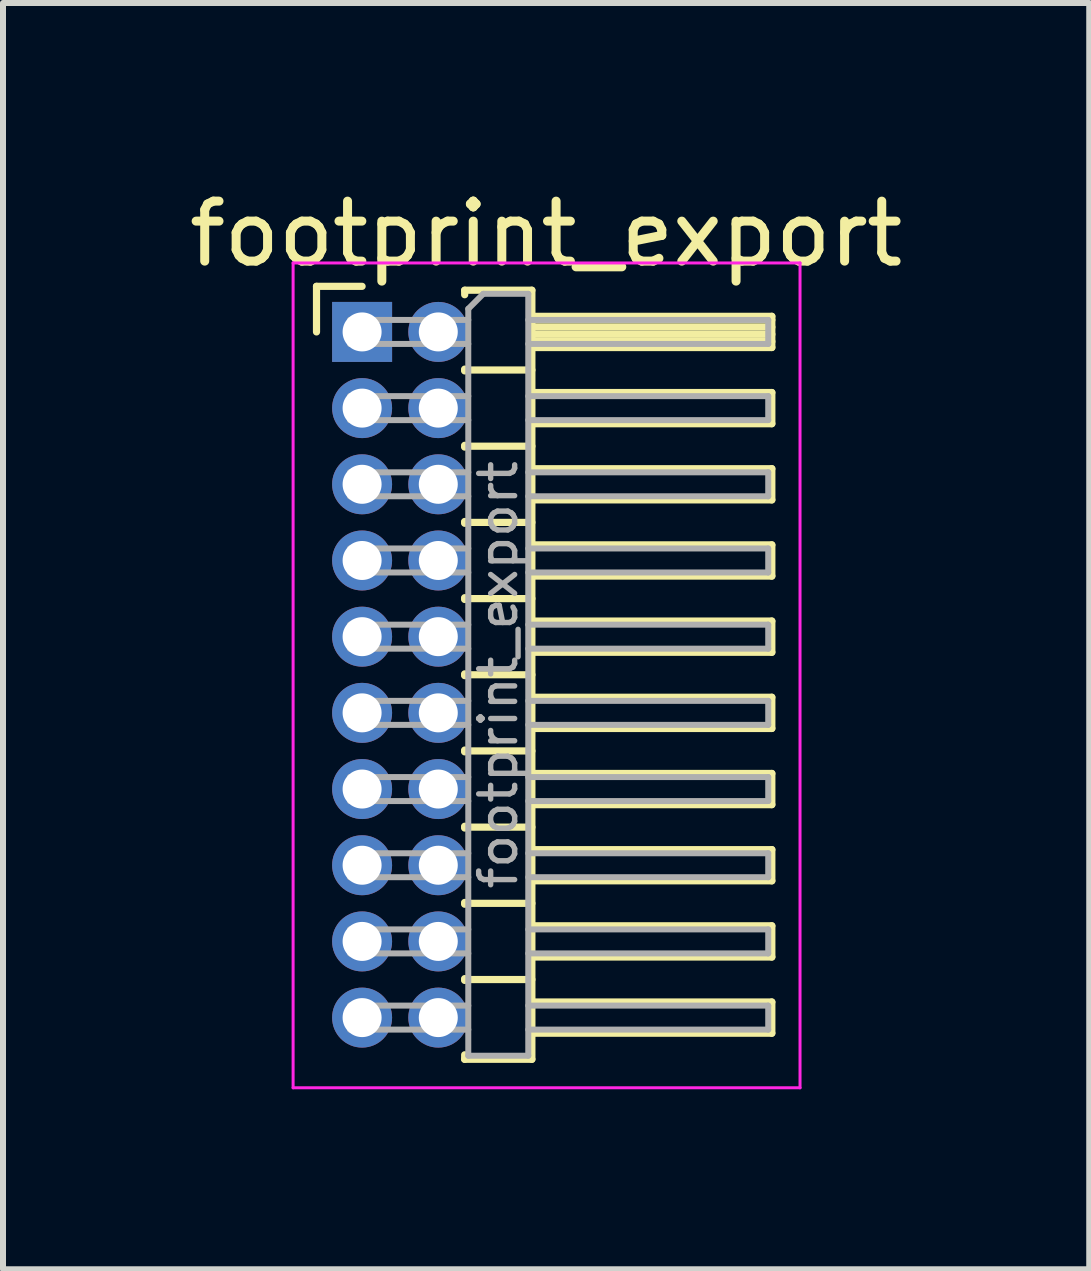
<source format=kicad_pcb>
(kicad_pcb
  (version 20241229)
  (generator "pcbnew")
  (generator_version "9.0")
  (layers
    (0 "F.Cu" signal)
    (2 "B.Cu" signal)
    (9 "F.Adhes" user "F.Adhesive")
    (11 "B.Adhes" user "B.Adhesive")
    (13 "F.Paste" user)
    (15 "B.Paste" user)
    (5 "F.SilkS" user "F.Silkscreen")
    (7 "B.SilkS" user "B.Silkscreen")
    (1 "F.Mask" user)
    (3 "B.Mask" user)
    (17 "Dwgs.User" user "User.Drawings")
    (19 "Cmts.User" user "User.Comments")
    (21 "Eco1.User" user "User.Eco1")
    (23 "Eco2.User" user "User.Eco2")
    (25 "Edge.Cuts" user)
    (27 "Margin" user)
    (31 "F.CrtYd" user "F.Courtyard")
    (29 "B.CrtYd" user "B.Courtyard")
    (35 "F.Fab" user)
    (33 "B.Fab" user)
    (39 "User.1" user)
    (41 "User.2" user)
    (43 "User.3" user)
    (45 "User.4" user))
  (footprint "footprint_export"
    (layer "F.Cu")
    (at 2.986 2.483)
    (property "Reference" "footprint_export" (at 3.067 -1.635 0) (layer "F.SilkS") (effects (font (size 1 1) (thickness 0.15))))
    (attr through_hole)
    (fp_line (start -0.76 -0.76) (end 0 -0.76) (stroke (width 0.12) (type solid)) (layer "F.SilkS"))
    (fp_line (start -0.76 0) (end -0.76 -0.76) (stroke (width 0.12) (type solid)) (layer "F.SilkS"))
    (fp_line (start 1.71 -0.695) (end 2.83 -0.695) (stroke (width 0.12) (type solid)) (layer "F.SilkS"))
    (fp_line (start 1.71 -0.62) (end 1.71 -0.695) (stroke (width 0.12) (type solid)) (layer "F.SilkS"))
    (fp_line (start 1.71 0.62) (end 1.71 0.65) (stroke (width 0.12) (type solid)) (layer "F.SilkS"))
    (fp_line (start 1.71 0.635) (end 2.83 0.635) (stroke (width 0.12) (type solid)) (layer "F.SilkS"))
    (fp_line (start 1.71 1.89) (end 1.71 1.92) (stroke (width 0.12) (type solid)) (layer "F.SilkS"))
    (fp_line (start 1.71 1.905) (end 2.83 1.905) (stroke (width 0.12) (type solid)) (layer "F.SilkS"))
    (fp_line (start 1.71 3.16) (end 1.71 3.19) (stroke (width 0.12) (type solid)) (layer "F.SilkS"))
    (fp_line (start 1.71 3.175) (end 2.83 3.175) (stroke (width 0.12) (type solid)) (layer "F.SilkS"))
    (fp_line (start 1.71 4.43) (end 1.71 4.46) (stroke (width 0.12) (type solid)) (layer "F.SilkS"))
    (fp_line (start 1.71 4.445) (end 2.83 4.445) (stroke (width 0.12) (type solid)) (layer "F.SilkS"))
    (fp_line (start 1.71 5.7) (end 1.71 5.73) (stroke (width 0.12) (type solid)) (layer "F.SilkS"))
    (fp_line (start 1.71 5.715) (end 2.83 5.715) (stroke (width 0.12) (type solid)) (layer "F.SilkS"))
    (fp_line (start 1.71 6.97) (end 1.71 7) (stroke (width 0.12) (type solid)) (layer "F.SilkS"))
    (fp_line (start 1.71 6.985) (end 2.83 6.985) (stroke (width 0.12) (type solid)) (layer "F.SilkS"))
    (fp_line (start 1.71 8.24) (end 1.71 8.27) (stroke (width 0.12) (type solid)) (layer "F.SilkS"))
    (fp_line (start 1.71 8.255) (end 2.83 8.255) (stroke (width 0.12) (type solid)) (layer "F.SilkS"))
    (fp_line (start 1.71 9.51) (end 1.71 9.54) (stroke (width 0.12) (type solid)) (layer "F.SilkS"))
    (fp_line (start 1.71 9.525) (end 2.83 9.525) (stroke (width 0.12) (type solid)) (layer "F.SilkS"))
    (fp_line (start 1.71 10.78) (end 1.71 10.81) (stroke (width 0.12) (type solid)) (layer "F.SilkS"))
    (fp_line (start 1.71 10.795) (end 2.83 10.795) (stroke (width 0.12) (type solid)) (layer "F.SilkS"))
    (fp_line (start 1.71 12.125) (end 1.71 12.05) (stroke (width 0.12) (type solid)) (layer "F.SilkS"))
    (fp_line (start 2.83 -0.695) (end 2.83 12.125) (stroke (width 0.12) (type solid)) (layer "F.SilkS"))
    (fp_line (start 2.83 -0.26) (end 6.83 -0.26) (stroke (width 0.12) (type solid)) (layer "F.SilkS"))
    (fp_line (start 2.83 -0.2) (end 6.83 -0.2) (stroke (width 0.12) (type solid)) (layer "F.SilkS"))
    (fp_line (start 2.83 -0.08) (end 6.83 -0.08) (stroke (width 0.12) (type solid)) (layer "F.SilkS"))
    (fp_line (start 2.83 0.04) (end 6.83 0.04) (stroke (width 0.12) (type solid)) (layer "F.SilkS"))
    (fp_line (start 2.83 0.16) (end 6.83 0.16) (stroke (width 0.12) (type solid)) (layer "F.SilkS"))
    (fp_line (start 2.83 1.01) (end 6.83 1.01) (stroke (width 0.12) (type solid)) (layer "F.SilkS"))
    (fp_line (start 2.83 2.28) (end 6.83 2.28) (stroke (width 0.12) (type solid)) (layer "F.SilkS"))
    (fp_line (start 2.83 3.55) (end 6.83 3.55) (stroke (width 0.12) (type solid)) (layer "F.SilkS"))
    (fp_line (start 2.83 4.82) (end 6.83 4.82) (stroke (width 0.12) (type solid)) (layer "F.SilkS"))
    (fp_line (start 2.83 6.09) (end 6.83 6.09) (stroke (width 0.12) (type solid)) (layer "F.SilkS"))
    (fp_line (start 2.83 7.36) (end 6.83 7.36) (stroke (width 0.12) (type solid)) (layer "F.SilkS"))
    (fp_line (start 2.83 8.63) (end 6.83 8.63) (stroke (width 0.12) (type solid)) (layer "F.SilkS"))
    (fp_line (start 2.83 9.9) (end 6.83 9.9) (stroke (width 0.12) (type solid)) (layer "F.SilkS"))
    (fp_line (start 2.83 11.17) (end 6.83 11.17) (stroke (width 0.12) (type solid)) (layer "F.SilkS"))
    (fp_line (start 2.83 12.125) (end 1.71 12.125) (stroke (width 0.12) (type solid)) (layer "F.SilkS"))
    (fp_line (start 6.83 -0.26) (end 6.83 0.26) (stroke (width 0.12) (type solid)) (layer "F.SilkS"))
    (fp_line (start 6.83 0.26) (end 2.83 0.26) (stroke (width 0.12) (type solid)) (layer "F.SilkS"))
    (fp_line (start 6.83 1.01) (end 6.83 1.53) (stroke (width 0.12) (type solid)) (layer "F.SilkS"))
    (fp_line (start 6.83 1.53) (end 2.83 1.53) (stroke (width 0.12) (type solid)) (layer "F.SilkS"))
    (fp_line (start 6.83 2.28) (end 6.83 2.8) (stroke (width 0.12) (type solid)) (layer "F.SilkS"))
    (fp_line (start 6.83 2.8) (end 2.83 2.8) (stroke (width 0.12) (type solid)) (layer "F.SilkS"))
    (fp_line (start 6.83 3.55) (end 6.83 4.07) (stroke (width 0.12) (type solid)) (layer "F.SilkS"))
    (fp_line (start 6.83 4.07) (end 2.83 4.07) (stroke (width 0.12) (type solid)) (layer "F.SilkS"))
    (fp_line (start 6.83 4.82) (end 6.83 5.34) (stroke (width 0.12) (type solid)) (layer "F.SilkS"))
    (fp_line (start 6.83 5.34) (end 2.83 5.34) (stroke (width 0.12) (type solid)) (layer "F.SilkS"))
    (fp_line (start 6.83 6.09) (end 6.83 6.61) (stroke (width 0.12) (type solid)) (layer "F.SilkS"))
    (fp_line (start 6.83 6.61) (end 2.83 6.61) (stroke (width 0.12) (type solid)) (layer "F.SilkS"))
    (fp_line (start 6.83 7.36) (end 6.83 7.88) (stroke (width 0.12) (type solid)) (layer "F.SilkS"))
    (fp_line (start 6.83 7.88) (end 2.83 7.88) (stroke (width 0.12) (type solid)) (layer "F.SilkS"))
    (fp_line (start 6.83 8.63) (end 6.83 9.15) (stroke (width 0.12) (type solid)) (layer "F.SilkS"))
    (fp_line (start 6.83 9.15) (end 2.83 9.15) (stroke (width 0.12) (type solid)) (layer "F.SilkS"))
    (fp_line (start 6.83 9.9) (end 6.83 10.42) (stroke (width 0.12) (type solid)) (layer "F.SilkS"))
    (fp_line (start 6.83 10.42) (end 2.83 10.42) (stroke (width 0.12) (type solid)) (layer "F.SilkS"))
    (fp_line (start 6.83 11.17) (end 6.83 11.69) (stroke (width 0.12) (type solid)) (layer "F.SilkS"))
    (fp_line (start 6.83 11.69) (end 2.83 11.69) (stroke (width 0.12) (type solid)) (layer "F.SilkS"))
    (fp_line (start -1.15 -1.15) (end -1.15 12.6) (stroke (width 0.05) (type solid)) (layer "F.CrtYd"))
    (fp_line (start -1.15 12.6) (end 7.3 12.6) (stroke (width 0.05) (type solid)) (layer "F.CrtYd"))
    (fp_line (start 7.3 -1.15) (end -1.15 -1.15) (stroke (width 0.05) (type solid)) (layer "F.CrtYd"))
    (fp_line (start 7.3 12.6) (end 7.3 -1.15) (stroke (width 0.05) (type solid)) (layer "F.CrtYd"))
    (fp_line (start -0.2 -0.2) (end -0.2 0.2) (stroke (width 0.1) (type solid)) (layer "F.Fab"))
    (fp_line (start -0.2 -0.2) (end 1.77 -0.2) (stroke (width 0.1) (type solid)) (layer "F.Fab"))
    (fp_line (start -0.2 0.2) (end 1.77 0.2) (stroke (width 0.1) (type solid)) (layer "F.Fab"))
    (fp_line (start -0.2 1.07) (end -0.2 1.47) (stroke (width 0.1) (type solid)) (layer "F.Fab"))
    (fp_line (start -0.2 1.07) (end 1.77 1.07) (stroke (width 0.1) (type solid)) (layer "F.Fab"))
    (fp_line (start -0.2 1.47) (end 1.77 1.47) (stroke (width 0.1) (type solid)) (layer "F.Fab"))
    (fp_line (start -0.2 2.34) (end -0.2 2.74) (stroke (width 0.1) (type solid)) (layer "F.Fab"))
    (fp_line (start -0.2 2.34) (end 1.77 2.34) (stroke (width 0.1) (type solid)) (layer "F.Fab"))
    (fp_line (start -0.2 2.74) (end 1.77 2.74) (stroke (width 0.1) (type solid)) (layer "F.Fab"))
    (fp_line (start -0.2 3.61) (end -0.2 4.01) (stroke (width 0.1) (type solid)) (layer "F.Fab"))
    (fp_line (start -0.2 3.61) (end 1.77 3.61) (stroke (width 0.1) (type solid)) (layer "F.Fab"))
    (fp_line (start -0.2 4.01) (end 1.77 4.01) (stroke (width 0.1) (type solid)) (layer "F.Fab"))
    (fp_line (start -0.2 4.88) (end -0.2 5.28) (stroke (width 0.1) (type solid)) (layer "F.Fab"))
    (fp_line (start -0.2 4.88) (end 1.77 4.88) (stroke (width 0.1) (type solid)) (layer "F.Fab"))
    (fp_line (start -0.2 5.28) (end 1.77 5.28) (stroke (width 0.1) (type solid)) (layer "F.Fab"))
    (fp_line (start -0.2 6.15) (end -0.2 6.55) (stroke (width 0.1) (type solid)) (layer "F.Fab"))
    (fp_line (start -0.2 6.15) (end 1.77 6.15) (stroke (width 0.1) (type solid)) (layer "F.Fab"))
    (fp_line (start -0.2 6.55) (end 1.77 6.55) (stroke (width 0.1) (type solid)) (layer "F.Fab"))
    (fp_line (start -0.2 7.42) (end -0.2 7.82) (stroke (width 0.1) (type solid)) (layer "F.Fab"))
    (fp_line (start -0.2 7.42) (end 1.77 7.42) (stroke (width 0.1) (type solid)) (layer "F.Fab"))
    (fp_line (start -0.2 7.82) (end 1.77 7.82) (stroke (width 0.1) (type solid)) (layer "F.Fab"))
    (fp_line (start -0.2 8.69) (end -0.2 9.09) (stroke (width 0.1) (type solid)) (layer "F.Fab"))
    (fp_line (start -0.2 8.69) (end 1.77 8.69) (stroke (width 0.1) (type solid)) (layer "F.Fab"))
    (fp_line (start -0.2 9.09) (end 1.77 9.09) (stroke (width 0.1) (type solid)) (layer "F.Fab"))
    (fp_line (start -0.2 9.96) (end -0.2 10.36) (stroke (width 0.1) (type solid)) (layer "F.Fab"))
    (fp_line (start -0.2 9.96) (end 1.77 9.96) (stroke (width 0.1) (type solid)) (layer "F.Fab"))
    (fp_line (start -0.2 10.36) (end 1.77 10.36) (stroke (width 0.1) (type solid)) (layer "F.Fab"))
    (fp_line (start -0.2 11.23) (end -0.2 11.63) (stroke (width 0.1) (type solid)) (layer "F.Fab"))
    (fp_line (start -0.2 11.23) (end 1.77 11.23) (stroke (width 0.1) (type solid)) (layer "F.Fab"))
    (fp_line (start -0.2 11.63) (end 1.77 11.63) (stroke (width 0.1) (type solid)) (layer "F.Fab"))
    (fp_line (start 1.77 -0.385) (end 2.02 -0.635) (stroke (width 0.1) (type solid)) (layer "F.Fab"))
    (fp_line (start 1.77 12.065) (end 1.77 -0.385) (stroke (width 0.1) (type solid)) (layer "F.Fab"))
    (fp_line (start 2.02 -0.635) (end 2.77 -0.635) (stroke (width 0.1) (type solid)) (layer "F.Fab"))
    (fp_line (start 2.77 -0.635) (end 2.77 12.065) (stroke (width 0.1) (type solid)) (layer "F.Fab"))
    (fp_line (start 2.77 -0.2) (end 6.77 -0.2) (stroke (width 0.1) (type solid)) (layer "F.Fab"))
    (fp_line (start 2.77 0.2) (end 6.77 0.2) (stroke (width 0.1) (type solid)) (layer "F.Fab"))
    (fp_line (start 2.77 1.07) (end 6.77 1.07) (stroke (width 0.1) (type solid)) (layer "F.Fab"))
    (fp_line (start 2.77 1.47) (end 6.77 1.47) (stroke (width 0.1) (type solid)) (layer "F.Fab"))
    (fp_line (start 2.77 2.34) (end 6.77 2.34) (stroke (width 0.1) (type solid)) (layer "F.Fab"))
    (fp_line (start 2.77 2.74) (end 6.77 2.74) (stroke (width 0.1) (type solid)) (layer "F.Fab"))
    (fp_line (start 2.77 3.61) (end 6.77 3.61) (stroke (width 0.1) (type solid)) (layer "F.Fab"))
    (fp_line (start 2.77 4.01) (end 6.77 4.01) (stroke (width 0.1) (type solid)) (layer "F.Fab"))
    (fp_line (start 2.77 4.88) (end 6.77 4.88) (stroke (width 0.1) (type solid)) (layer "F.Fab"))
    (fp_line (start 2.77 5.28) (end 6.77 5.28) (stroke (width 0.1) (type solid)) (layer "F.Fab"))
    (fp_line (start 2.77 6.15) (end 6.77 6.15) (stroke (width 0.1) (type solid)) (layer "F.Fab"))
    (fp_line (start 2.77 6.55) (end 6.77 6.55) (stroke (width 0.1) (type solid)) (layer "F.Fab"))
    (fp_line (start 2.77 7.42) (end 6.77 7.42) (stroke (width 0.1) (type solid)) (layer "F.Fab"))
    (fp_line (start 2.77 7.82) (end 6.77 7.82) (stroke (width 0.1) (type solid)) (layer "F.Fab"))
    (fp_line (start 2.77 8.69) (end 6.77 8.69) (stroke (width 0.1) (type solid)) (layer "F.Fab"))
    (fp_line (start 2.77 9.09) (end 6.77 9.09) (stroke (width 0.1) (type solid)) (layer "F.Fab"))
    (fp_line (start 2.77 9.96) (end 6.77 9.96) (stroke (width 0.1) (type solid)) (layer "F.Fab"))
    (fp_line (start 2.77 10.36) (end 6.77 10.36) (stroke (width 0.1) (type solid)) (layer "F.Fab"))
    (fp_line (start 2.77 11.23) (end 6.77 11.23) (stroke (width 0.1) (type solid)) (layer "F.Fab"))
    (fp_line (start 2.77 11.63) (end 6.77 11.63) (stroke (width 0.1) (type solid)) (layer "F.Fab"))
    (fp_line (start 2.77 12.065) (end 1.77 12.065) (stroke (width 0.1) (type solid)) (layer "F.Fab"))
    (fp_line (start 6.77 -0.2) (end 6.77 0.2) (stroke (width 0.1) (type solid)) (layer "F.Fab"))
    (fp_line (start 6.77 1.07) (end 6.77 1.47) (stroke (width 0.1) (type solid)) (layer "F.Fab"))
    (fp_line (start 6.77 2.34) (end 6.77 2.74) (stroke (width 0.1) (type solid)) (layer "F.Fab"))
    (fp_line (start 6.77 3.61) (end 6.77 4.01) (stroke (width 0.1) (type solid)) (layer "F.Fab"))
    (fp_line (start 6.77 4.88) (end 6.77 5.28) (stroke (width 0.1) (type solid)) (layer "F.Fab"))
    (fp_line (start 6.77 6.15) (end 6.77 6.55) (stroke (width 0.1) (type solid)) (layer "F.Fab"))
    (fp_line (start 6.77 7.42) (end 6.77 7.82) (stroke (width 0.1) (type solid)) (layer "F.Fab"))
    (fp_line (start 6.77 8.69) (end 6.77 9.09) (stroke (width 0.1) (type solid)) (layer "F.Fab"))
    (fp_line (start 6.77 9.96) (end 6.77 10.36) (stroke (width 0.1) (type solid)) (layer "F.Fab"))
    (fp_line (start 6.77 11.23) (end 6.77 11.63) (stroke (width 0.1) (type solid)) (layer "F.Fab"))
    (fp_text user "${REFERENCE}" (at 2.27 5.715 90) (layer "F.Fab") (effects (font (size 0.6 0.6) (thickness 0.09))))
    (pad "1" thru_hole rect (at 0 0) (size 1 1) (drill 0.65) (layers "*.Cu" "*.Mask"))
    (pad "2" thru_hole oval (at 1.27 0) (size 1 1) (drill 0.65) (layers "*.Cu" "*.Mask"))
    (pad "3" thru_hole oval (at 0 1.27) (size 1 1) (drill 0.65) (layers "*.Cu" "*.Mask"))
    (pad "4" thru_hole oval (at 1.27 1.27) (size 1 1) (drill 0.65) (layers "*.Cu" "*.Mask"))
    (pad "5" thru_hole oval (at 0 2.54) (size 1 1) (drill 0.65) (layers "*.Cu" "*.Mask"))
    (pad "6" thru_hole oval (at 1.27 2.54) (size 1 1) (drill 0.65) (layers "*.Cu" "*.Mask"))
    (pad "7" thru_hole oval (at 0 3.81) (size 1 1) (drill 0.65) (layers "*.Cu" "*.Mask"))
    (pad "8" thru_hole oval (at 1.27 3.81) (size 1 1) (drill 0.65) (layers "*.Cu" "*.Mask"))
    (pad "9" thru_hole oval (at 0 5.08) (size 1 1) (drill 0.65) (layers "*.Cu" "*.Mask"))
    (pad "10" thru_hole oval (at 1.27 5.08) (size 1 1) (drill 0.65) (layers "*.Cu" "*.Mask"))
    (pad "11" thru_hole oval (at 0 6.35) (size 1 1) (drill 0.65) (layers "*.Cu" "*.Mask"))
    (pad "12" thru_hole oval (at 1.27 6.35) (size 1 1) (drill 0.65) (layers "*.Cu" "*.Mask"))
    (pad "13" thru_hole oval (at 0 7.62) (size 1 1) (drill 0.65) (layers "*.Cu" "*.Mask"))
    (pad "14" thru_hole oval (at 1.27 7.62) (size 1 1) (drill 0.65) (layers "*.Cu" "*.Mask"))
    (pad "15" thru_hole oval (at 0 8.89) (size 1 1) (drill 0.65) (layers "*.Cu" "*.Mask"))
    (pad "16" thru_hole oval (at 1.27 8.89) (size 1 1) (drill 0.65) (layers "*.Cu" "*.Mask"))
    (pad "17" thru_hole oval (at 0 10.16) (size 1 1) (drill 0.65) (layers "*.Cu" "*.Mask"))
    (pad "18" thru_hole oval (at 1.27 10.16) (size 1 1) (drill 0.65) (layers "*.Cu" "*.Mask"))
    (pad "19" thru_hole oval (at 0 11.43) (size 1 1) (drill 0.65) (layers "*.Cu" "*.Mask"))
    (pad "20" thru_hole oval (at 1.27 11.43) (size 1 1) (drill 0.65) (layers "*.Cu" "*.Mask")))
  (gr_rect
    (start -3 -3)
    (end 15.107 18.108)
    (stroke (width 0.1) (type default))
    (fill no)
    (layer "Edge.Cuts")))
</source>
